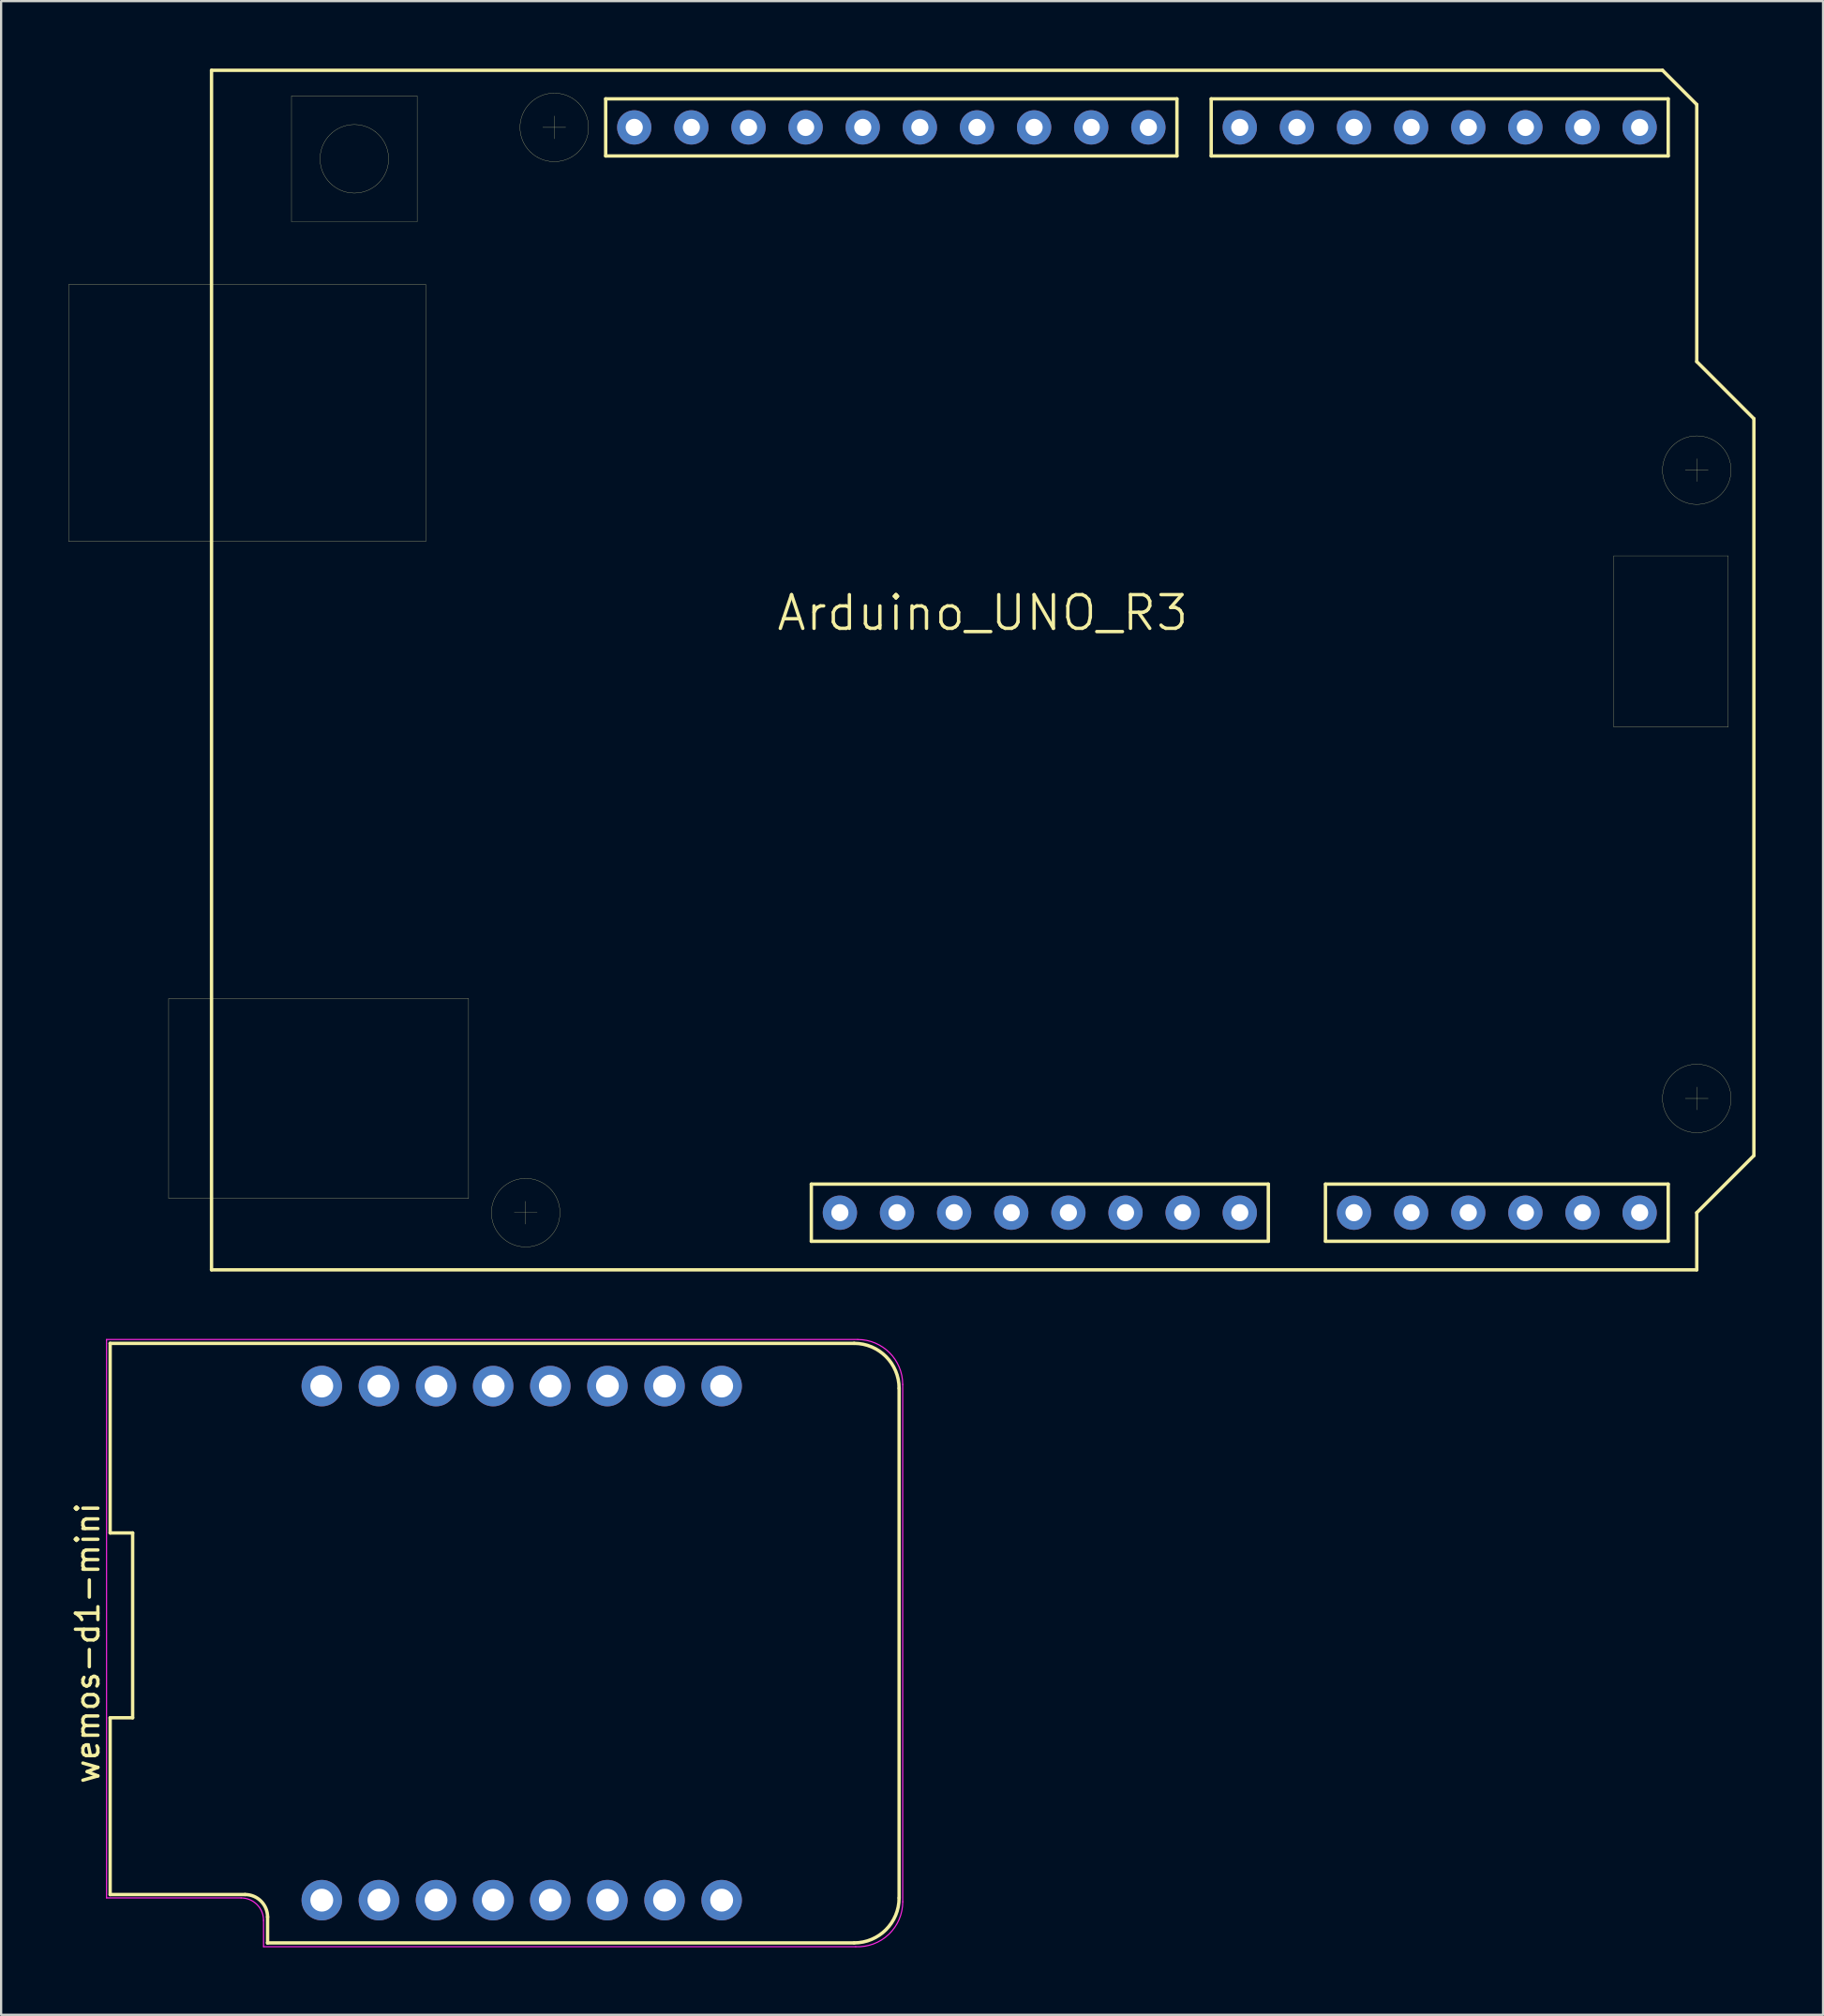
<source format=kicad_pcb>
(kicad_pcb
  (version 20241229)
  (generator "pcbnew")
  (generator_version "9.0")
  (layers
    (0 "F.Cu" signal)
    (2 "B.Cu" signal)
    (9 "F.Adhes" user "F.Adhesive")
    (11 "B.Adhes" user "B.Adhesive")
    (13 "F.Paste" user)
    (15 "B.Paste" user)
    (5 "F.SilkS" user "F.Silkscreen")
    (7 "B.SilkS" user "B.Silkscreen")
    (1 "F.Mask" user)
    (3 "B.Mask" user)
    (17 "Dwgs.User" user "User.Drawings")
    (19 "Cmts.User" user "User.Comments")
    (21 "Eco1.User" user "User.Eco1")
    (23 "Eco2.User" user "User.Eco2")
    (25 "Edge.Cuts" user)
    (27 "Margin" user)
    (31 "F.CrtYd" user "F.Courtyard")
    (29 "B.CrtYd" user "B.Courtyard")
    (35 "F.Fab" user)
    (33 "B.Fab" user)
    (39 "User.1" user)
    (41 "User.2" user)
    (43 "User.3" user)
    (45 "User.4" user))
  (footprint "wemos-d1-mini"
    (layer "F.Cu")
    (at 18.878 70.015)
    (property "Reference" "wemos-d1-mini" (at -18.03 0 270) (layer "F.SilkS") (effects (font (size 1 1) (thickness 0.15))))
    (attr through_hole)
    (fp_line (start -17.03 -13.33) (end 16.05 -13.33) (stroke (width 0.15) (type solid)) (layer "F.SilkS"))
    (fp_line (start -17.03 -4.9) (end -17.03 -13.33) (stroke (width 0.15) (type solid)) (layer "F.SilkS"))
    (fp_line (start -17.03 3.32) (end -16.03 3.32) (stroke (width 0.15) (type solid)) (layer "F.SilkS"))
    (fp_line (start -17.03 11.18) (end -17.03 3.32) (stroke (width 0.15) (type solid)) (layer "F.SilkS"))
    (fp_line (start -17.03 11.18) (end -11.03 11.18) (stroke (width 0.15) (type solid)) (layer "F.SilkS"))
    (fp_line (start -16.03 -4.9) (end -17.03 -4.9) (stroke (width 0.15) (type solid)) (layer "F.SilkS"))
    (fp_line (start -16.03 3.32) (end -16.03 -4.9) (stroke (width 0.15) (type solid)) (layer "F.SilkS"))
    (fp_line (start -10.03 12.17) (end -10.03 13.33) (stroke (width 0.15) (type solid)) (layer "F.SilkS"))
    (fp_line (start -10.03 13.33) (end -10.03 13.33) (stroke (width 0.15) (type solid)) (layer "F.SilkS"))
    (fp_line (start 16.05 13.33) (end -10.03 13.33) (stroke (width 0.15) (type solid)) (layer "F.SilkS"))
    (fp_line (start 18.05 -11.33) (end 18.05 11.33) (stroke (width 0.15) (type solid)) (layer "F.SilkS"))
    (fp_arc (start -11.03 11.18) (mid -10.322893 11.472893) (end -10.03 12.18) (stroke (width 0.15) (type solid)) (layer "F.SilkS"))
    (fp_arc (start 16.05 -13.33) (mid 17.464214 -12.744214) (end 18.05 -11.33) (stroke (width 0.15) (type solid)) (layer "F.SilkS"))
    (fp_arc (start 18.05 11.33) (mid 17.464214 12.744214) (end 16.05 13.33) (stroke (width 0.15) (type solid)) (layer "F.SilkS"))
    (fp_line (start -17.19 -13.5) (end -17.19 11.33) (stroke (width 0.05) (type solid)) (layer "F.CrtYd"))
    (fp_line (start -17.19 11.33) (end -11.21 11.33) (stroke (width 0.05) (type solid)) (layer "F.CrtYd"))
    (fp_line (start -10.21 13.5) (end -10.21 12.33) (stroke (width 0.05) (type solid)) (layer "F.CrtYd"))
    (fp_line (start -10.21 13.5) (end 16.12 13.5) (stroke (width 0.05) (type solid)) (layer "F.CrtYd"))
    (fp_line (start 16.21 -13.5) (end -17.19 -13.5) (stroke (width 0.05) (type solid)) (layer "F.CrtYd"))
    (fp_line (start 18.21 11.5) (end 18.21 -11.5) (stroke (width 0.05) (type solid)) (layer "F.CrtYd"))
    (fp_arc (start -11.21 11.33) (mid -10.502893 11.622893) (end -10.21 12.33) (stroke (width 0.05) (type solid)) (layer "F.CrtYd"))
    (fp_arc (start 16.21 -13.5) (mid 17.624214 -12.914214) (end 18.21 -11.5) (stroke (width 0.05) (type solid)) (layer "F.CrtYd"))
    (fp_arc (start 18.212024 11.5) (mid 17.593459 12.947115) (end 16.12 13.5) (stroke (width 0.05) (type solid)) (layer "F.CrtYd"))
    (pad "1" thru_hole circle (at -7.62 -11.43 180) (size 1.8 1.8) (drill 1.016) (layers "*.Cu" "*.Mask"))
    (pad "2" thru_hole circle (at -5.08 -11.43 180) (size 1.8 1.8) (drill 1.016) (layers "*.Cu" "*.Mask"))
    (pad "3" thru_hole circle (at -2.54 -11.43 180) (size 1.8 1.8) (drill 1.016) (layers "*.Cu" "*.Mask"))
    (pad "4" thru_hole circle (at 0 -11.43 180) (size 1.8 1.8) (drill 1.016) (layers "*.Cu" "*.Mask"))
    (pad "5" thru_hole circle (at 2.54 -11.43 180) (size 1.8 1.8) (drill 1.016) (layers "*.Cu" "*.Mask"))
    (pad "6" thru_hole circle (at 5.08 -11.43 180) (size 1.8 1.8) (drill 1.016) (layers "*.Cu" "*.Mask"))
    (pad "7" thru_hole circle (at 7.62 -11.43 180) (size 1.8 1.8) (drill 1.016) (layers "*.Cu" "*.Mask"))
    (pad "8" thru_hole circle (at 10.16 -11.43 180) (size 1.8 1.8) (drill 1.016) (layers "*.Cu" "*.Mask"))
    (pad "9" thru_hole circle (at 10.16 11.43 180) (size 1.8 1.8) (drill 1.016) (layers "*.Cu" "*.Mask"))
    (pad "10" thru_hole circle (at 7.62 11.43 180) (size 1.8 1.8) (drill 1.016) (layers "*.Cu" "*.Mask"))
    (pad "11" thru_hole circle (at 5.08 11.43 180) (size 1.8 1.8) (drill 1.016) (layers "*.Cu" "*.Mask"))
    (pad "12" thru_hole circle (at 2.54 11.43 180) (size 1.8 1.8) (drill 1.016) (layers "*.Cu" "*.Mask"))
    (pad "13" thru_hole circle (at 0 11.43 180) (size 1.8 1.8) (drill 1.016) (layers "*.Cu" "*.Mask"))
    (pad "14" thru_hole circle (at -2.54 11.43 180) (size 1.8 1.8) (drill 1.016) (layers "*.Cu" "*.Mask"))
    (pad "15" thru_hole circle (at -5.08 11.43 180) (size 1.8 1.8) (drill 1.016) (layers "*.Cu" "*.Mask"))
    (pad "16" thru_hole circle (at -7.62 11.43 180) (size 1.8 1.8) (drill 1.016) (layers "*.Cu" "*.Mask")))
  (footprint "Arduino_UNO_R3"
    (layer "F.Cu")
    (at 40.645 26.745)
    (property "Reference" "Arduino_UNO_R3" (at 0 -2.54 0) (layer "F.SilkS") (effects (font (size 1.5 1.5) (thickness 0.15))))
    (attr through_hole)
    (fp_line (start -40.64 -17.145) (end -24.765 -17.145) (stroke (width 0.01) (type solid)) (layer "F.SilkS"))
    (fp_line (start -40.64 -5.715) (end -40.64 -17.145) (stroke (width 0.01) (type solid)) (layer "F.SilkS"))
    (fp_line (start -36.195 14.605) (end -22.86 14.605) (stroke (width 0.01) (type solid)) (layer "F.SilkS"))
    (fp_line (start -36.195 23.495) (end -36.195 14.605) (stroke (width 0.01) (type solid)) (layer "F.SilkS"))
    (fp_line (start -34.29 -26.67) (end 30.226 -26.67) (stroke (width 0.15) (type solid)) (layer "F.SilkS"))
    (fp_line (start -34.29 26.67) (end -34.29 -26.67) (stroke (width 0.15) (type solid)) (layer "F.SilkS"))
    (fp_line (start -30.734 -25.527) (end -25.146 -25.527) (stroke (width 0.01) (type solid)) (layer "F.SilkS"))
    (fp_line (start -30.734 -19.939) (end -30.734 -25.527) (stroke (width 0.01) (type solid)) (layer "F.SilkS"))
    (fp_line (start -25.146 -25.527) (end -25.146 -19.939) (stroke (width 0.01) (type solid)) (layer "F.SilkS"))
    (fp_line (start -25.146 -19.939) (end -30.734 -19.939) (stroke (width 0.01) (type solid)) (layer "F.SilkS"))
    (fp_line (start -24.765 -17.145) (end -24.765 -5.715) (stroke (width 0.01) (type solid)) (layer "F.SilkS"))
    (fp_line (start -24.765 -5.715) (end -40.64 -5.715) (stroke (width 0.01) (type solid)) (layer "F.SilkS"))
    (fp_line (start -22.86 14.605) (end -22.86 23.495) (stroke (width 0.01) (type solid)) (layer "F.SilkS"))
    (fp_line (start -22.86 23.495) (end -36.195 23.495) (stroke (width 0.01) (type solid)) (layer "F.SilkS"))
    (fp_line (start -20.828 24.13) (end -19.812 24.13) (stroke (width 0.01) (type solid)) (layer "F.SilkS"))
    (fp_line (start -20.32 23.622) (end -20.32 24.638) (stroke (width 0.01) (type solid)) (layer "F.SilkS"))
    (fp_line (start -19.558 -24.13) (end -18.542 -24.13) (stroke (width 0.01) (type solid)) (layer "F.SilkS"))
    (fp_line (start -19.05 -24.638) (end -19.05 -23.622) (stroke (width 0.01) (type solid)) (layer "F.SilkS"))
    (fp_line (start -16.764 -25.4) (end 8.636 -25.4) (stroke (width 0.15) (type solid)) (layer "F.SilkS"))
    (fp_line (start -16.764 -22.86) (end -16.764 -25.4) (stroke (width 0.15) (type solid)) (layer "F.SilkS"))
    (fp_line (start -7.62 22.86) (end 12.7 22.86) (stroke (width 0.15) (type solid)) (layer "F.SilkS"))
    (fp_line (start -7.62 25.4) (end -7.62 22.86) (stroke (width 0.15) (type solid)) (layer "F.SilkS"))
    (fp_line (start 8.636 -25.4) (end 8.636 -22.86) (stroke (width 0.15) (type solid)) (layer "F.SilkS"))
    (fp_line (start 8.636 -22.86) (end -16.764 -22.86) (stroke (width 0.15) (type solid)) (layer "F.SilkS"))
    (fp_line (start 10.16 -25.4) (end 30.48 -25.4) (stroke (width 0.15) (type solid)) (layer "F.SilkS"))
    (fp_line (start 10.16 -22.86) (end 10.16 -25.4) (stroke (width 0.15) (type solid)) (layer "F.SilkS"))
    (fp_line (start 12.7 22.86) (end 12.7 25.4) (stroke (width 0.15) (type solid)) (layer "F.SilkS"))
    (fp_line (start 12.7 25.4) (end -7.62 25.4) (stroke (width 0.15) (type solid)) (layer "F.SilkS"))
    (fp_line (start 15.24 22.86) (end 30.48 22.86) (stroke (width 0.15) (type solid)) (layer "F.SilkS"))
    (fp_line (start 15.24 25.4) (end 15.24 22.86) (stroke (width 0.15) (type solid)) (layer "F.SilkS"))
    (fp_line (start 28.067 -5.08) (end 28.067 2.54) (stroke (width 0.01) (type solid)) (layer "F.SilkS"))
    (fp_line (start 28.067 -5.08) (end 33.147 -5.08) (stroke (width 0.01) (type solid)) (layer "F.SilkS"))
    (fp_line (start 28.067 2.54) (end 33.147 2.54) (stroke (width 0.01) (type solid)) (layer "F.SilkS"))
    (fp_line (start 30.48 -25.4) (end 30.48 -22.86) (stroke (width 0.15) (type solid)) (layer "F.SilkS"))
    (fp_line (start 30.48 -22.86) (end 10.16 -22.86) (stroke (width 0.15) (type solid)) (layer "F.SilkS"))
    (fp_line (start 30.48 22.86) (end 30.48 25.4) (stroke (width 0.15) (type solid)) (layer "F.SilkS"))
    (fp_line (start 30.48 25.4) (end 15.24 25.4) (stroke (width 0.15) (type solid)) (layer "F.SilkS"))
    (fp_line (start 31.242 19.05) (end 32.258 19.05) (stroke (width 0.01) (type solid)) (layer "F.SilkS"))
    (fp_line (start 31.75 -25.146) (end 30.226 -26.67) (stroke (width 0.15) (type solid)) (layer "F.SilkS"))
    (fp_line (start 31.75 -25.146) (end 31.75 -13.716) (stroke (width 0.15) (type solid)) (layer "F.SilkS"))
    (fp_line (start 31.75 -13.716) (end 34.29 -11.176) (stroke (width 0.15) (type solid)) (layer "F.SilkS"))
    (fp_line (start 31.75 -9.398) (end 31.75 -8.382) (stroke (width 0.01) (type solid)) (layer "F.SilkS"))
    (fp_line (start 31.75 18.542) (end 31.75 19.558) (stroke (width 0.01) (type solid)) (layer "F.SilkS"))
    (fp_line (start 31.75 24.13) (end 31.75 26.67) (stroke (width 0.15) (type solid)) (layer "F.SilkS"))
    (fp_line (start 31.75 26.67) (end -34.29 26.67) (stroke (width 0.15) (type solid)) (layer "F.SilkS"))
    (fp_line (start 32.258 -8.89) (end 31.242 -8.89) (stroke (width 0.01) (type solid)) (layer "F.SilkS"))
    (fp_line (start 33.147 -5.08) (end 33.147 2.54) (stroke (width 0.01) (type solid)) (layer "F.SilkS"))
    (fp_line (start 34.29 -11.176) (end 34.29 21.59) (stroke (width 0.15) (type solid)) (layer "F.SilkS"))
    (fp_line (start 34.29 21.59) (end 31.75 24.13) (stroke (width 0.15) (type solid)) (layer "F.SilkS"))
    (fp_circle (center -27.94 -22.733) (end -29.464 -22.733) (stroke (width 0.01) (type solid)) (fill no) (layer "F.SilkS"))
    (fp_circle (center -20.32 24.13) (end -18.796 24.13) (stroke (width 0.01) (type solid)) (fill no) (layer "F.SilkS"))
    (fp_circle (center -19.05 -24.13) (end -17.526 -24.13) (stroke (width 0.01) (type solid)) (fill no) (layer "F.SilkS"))
    (fp_circle (center 31.75 -8.89) (end 33.274 -8.89) (stroke (width 0.01) (type solid)) (fill no) (layer "F.SilkS"))
    (fp_circle (center 31.75 19.05) (end 33.274 19.05) (stroke (width 0.01) (type solid)) (fill no) (layer "F.SilkS"))
    (pad "3V3" thru_hole circle (at 1.27 24.13) (size 1.524 1.524) (drill 0.762) (layers "*.Cu" "*.Mask"))
    (pad "5V" thru_hole circle (at 3.81 24.13) (size 1.524 1.524) (drill 0.762) (layers "*.Cu" "*.Mask"))
    (pad "A0" thru_hole circle (at 16.51 24.13) (size 1.524 1.524) (drill 0.762) (layers "*.Cu" "*.Mask"))
    (pad "A1" thru_hole circle (at 19.05 24.13) (size 1.524 1.524) (drill 0.762) (layers "*.Cu" "*.Mask"))
    (pad "A2" thru_hole circle (at 21.59 24.13) (size 1.524 1.524) (drill 0.762) (layers "*.Cu" "*.Mask"))
    (pad "A3" thru_hole circle (at 24.13 24.13) (size 1.524 1.524) (drill 0.762) (layers "*.Cu" "*.Mask"))
    (pad "A4" thru_hole circle (at -12.954 -24.13) (size 1.524 1.524) (drill 0.762) (layers "*.Cu" "*.Mask"))
    (pad "A4" thru_hole circle (at 26.67 24.13) (size 1.524 1.524) (drill 0.762) (layers "*.Cu" "*.Mask"))
    (pad "A5" thru_hole circle (at -15.494 -24.13) (size 1.524 1.524) (drill 0.762) (layers "*.Cu" "*.Mask"))
    (pad "A5" thru_hole circle (at 29.21 24.13) (size 1.524 1.524) (drill 0.762) (layers "*.Cu" "*.Mask"))
    (pad "AREF" thru_hole circle (at -10.414 -24.13) (size 1.524 1.524) (drill 0.762) (layers "*.Cu" "*.Mask"))
    (pad "D0" thru_hole circle (at 29.21 -24.13) (size 1.524 1.524) (drill 0.762) (layers "*.Cu" "*.Mask"))
    (pad "D1" thru_hole circle (at 26.67 -24.13) (size 1.524 1.524) (drill 0.762) (layers "*.Cu" "*.Mask"))
    (pad "D2" thru_hole circle (at 24.13 -24.13) (size 1.524 1.524) (drill 0.762) (layers "*.Cu" "*.Mask"))
    (pad "D3*" thru_hole circle (at 21.59 -24.13) (size 1.524 1.524) (drill 0.762) (layers "*.Cu" "*.Mask"))
    (pad "D4" thru_hole circle (at 19.05 -24.13) (size 1.524 1.524) (drill 0.762) (layers "*.Cu" "*.Mask"))
    (pad "D5*" thru_hole circle (at 16.51 -24.13) (size 1.524 1.524) (drill 0.762) (layers "*.Cu" "*.Mask"))
    (pad "D6*" thru_hole circle (at 13.97 -24.13) (size 1.524 1.524) (drill 0.762) (layers "*.Cu" "*.Mask"))
    (pad "D7" thru_hole circle (at 11.43 -24.13) (size 1.524 1.524) (drill 0.762) (layers "*.Cu" "*.Mask"))
    (pad "D8" thru_hole circle (at 7.366 -24.13) (size 1.524 1.524) (drill 0.762) (layers "*.Cu" "*.Mask"))
    (pad "D9*" thru_hole circle (at 4.826 -24.13) (size 1.524 1.524) (drill 0.762) (layers "*.Cu" "*.Mask"))
    (pad "D10*" thru_hole circle (at 2.286 -24.13) (size 1.524 1.524) (drill 0.762) (layers "*.Cu" "*.Mask"))
    (pad "D11*" thru_hole circle (at -0.254 -24.13) (size 1.524 1.524) (drill 0.762) (layers "*.Cu" "*.Mask"))
    (pad "D12" thru_hole circle (at -2.794 -24.13) (size 1.524 1.524) (drill 0.762) (layers "*.Cu" "*.Mask"))
    (pad "D13" thru_hole circle (at -5.334 -24.13) (size 1.524 1.524) (drill 0.762) (layers "*.Cu" "*.Mask"))
    (pad "GND" thru_hole circle (at -7.874 -24.13) (size 1.524 1.524) (drill 0.762) (layers "*.Cu" "*.Mask"))
    (pad "GND" thru_hole circle (at 6.35 24.13) (size 1.524 1.524) (drill 0.762) (layers "*.Cu" "*.Mask"))
    (pad "GND" thru_hole circle (at 8.89 24.13) (size 1.524 1.524) (drill 0.762) (layers "*.Cu" "*.Mask"))
    (pad "IOREF" thru_hole circle (at -3.81 24.13) (size 1.524 1.524) (drill 0.762) (layers "*.Cu" "*.Mask"))
    (pad "NC" thru_hole circle (at -6.35 24.13) (size 1.524 1.524) (drill 0.762) (layers "*.Cu" "*.Mask"))
    (pad "RST" thru_hole circle (at -1.27 24.13) (size 1.524 1.524) (drill 0.762) (layers "*.Cu" "*.Mask"))
    (pad "VIN" thru_hole circle (at 11.43 24.13) (size 1.524 1.524) (drill 0.762) (layers "*.Cu" "*.Mask")))
  (gr_rect
    (start -3 -3)
    (end 78.01 86.542)
    (stroke (width 0.1) (type default))
    (fill no)
    (layer "Edge.Cuts")))
</source>
